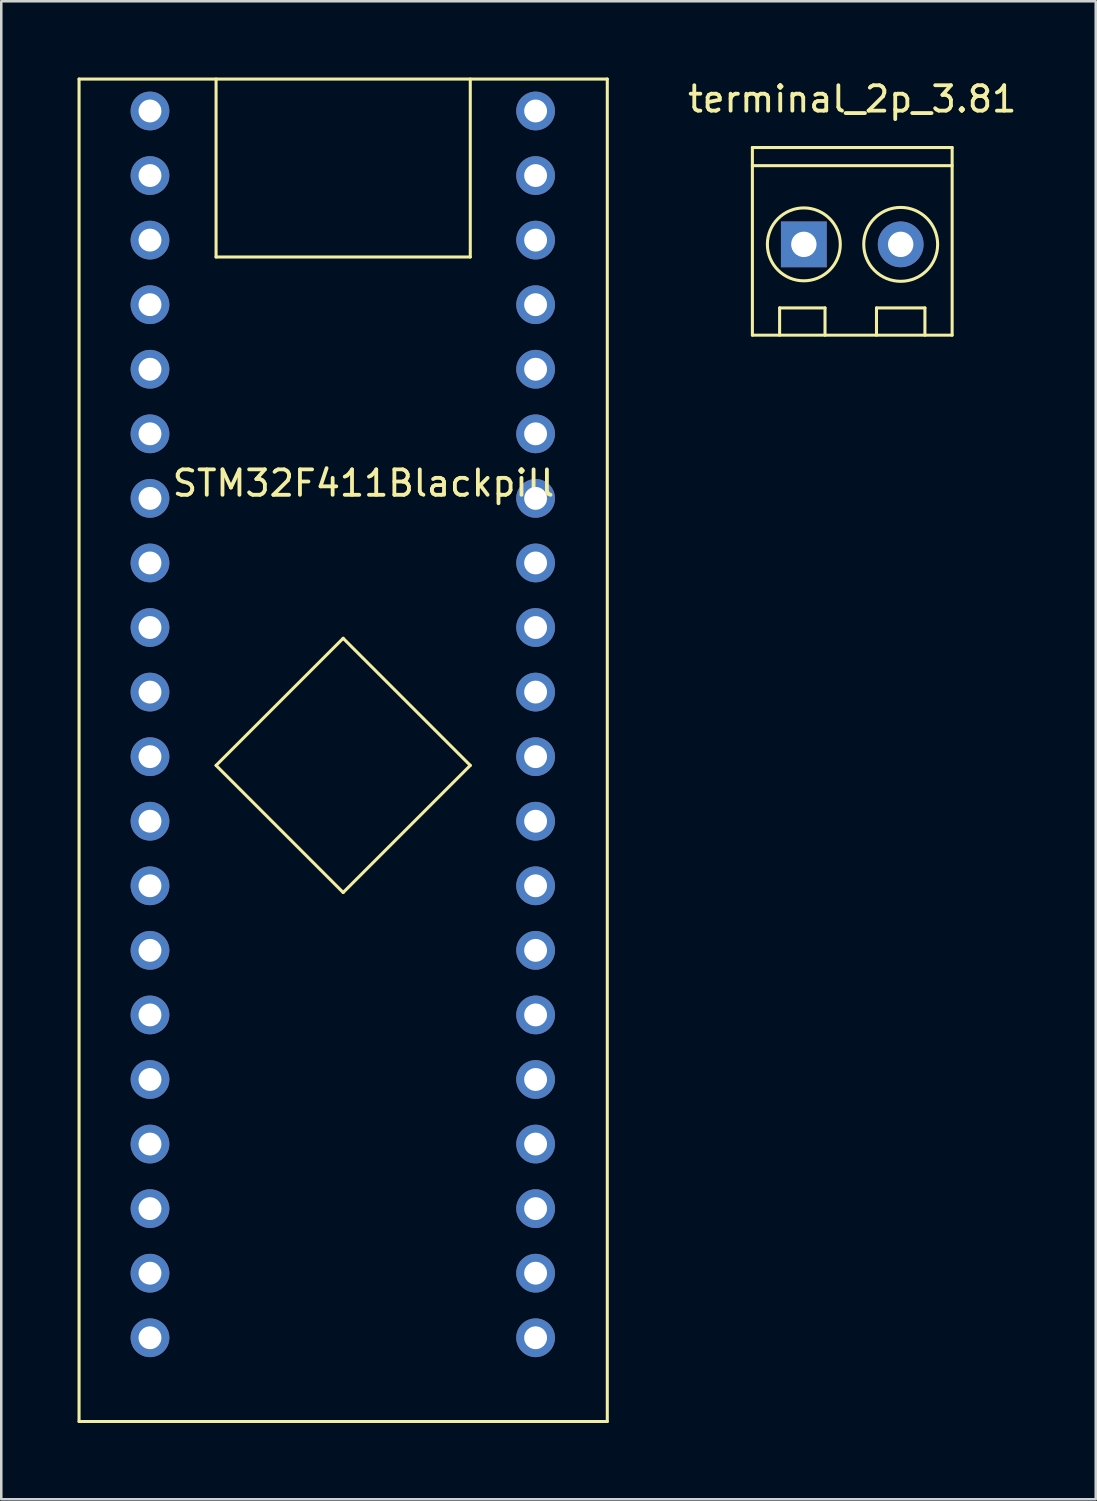
<source format=kicad_pcb>
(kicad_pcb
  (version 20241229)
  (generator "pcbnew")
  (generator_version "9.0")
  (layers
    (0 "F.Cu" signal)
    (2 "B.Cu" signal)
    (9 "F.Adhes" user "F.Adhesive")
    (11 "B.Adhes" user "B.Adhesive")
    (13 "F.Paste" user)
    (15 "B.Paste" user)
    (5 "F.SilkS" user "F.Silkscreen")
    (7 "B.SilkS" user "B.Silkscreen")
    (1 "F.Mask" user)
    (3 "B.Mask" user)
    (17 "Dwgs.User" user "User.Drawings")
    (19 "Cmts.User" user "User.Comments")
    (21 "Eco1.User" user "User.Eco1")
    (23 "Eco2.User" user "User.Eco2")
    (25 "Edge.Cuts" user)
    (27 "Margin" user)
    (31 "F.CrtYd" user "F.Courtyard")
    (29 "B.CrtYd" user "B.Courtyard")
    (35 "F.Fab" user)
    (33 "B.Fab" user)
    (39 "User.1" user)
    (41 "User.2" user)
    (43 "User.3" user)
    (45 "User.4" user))
  (footprint "STM32F411Blackpill"
    (layer "F.Cu")
    (at 10.75 26.46)
    (property "Reference" "STM32F411Blackpill" (at 0.5 -10.5 0) (layer "F.SilkS") (effects (font (size 1 1) (thickness 0.15))))
    (attr through_hole)
    (fp_line (start -10.69 -26.4) (end 10.09 -26.4) (stroke (width 0.12) (type solid)) (layer "F.SilkS"))
    (fp_line (start -10.69 26.41) (end -10.69 -26.4) (stroke (width 0.12) (type solid)) (layer "F.SilkS"))
    (fp_line (start -5.3 -26.4) (end -5.3 -19.4) (stroke (width 0.12) (type solid)) (layer "F.SilkS"))
    (fp_line (start -5.3 -19.4) (end 4.7 -19.4) (stroke (width 0.12) (type solid)) (layer "F.SilkS"))
    (fp_line (start -5.3 0.6) (end -0.3 5.6) (stroke (width 0.12) (type solid)) (layer "F.SilkS"))
    (fp_line (start -0.3 -4.4) (end -5.3 0.6) (stroke (width 0.12) (type solid)) (layer "F.SilkS"))
    (fp_line (start -0.3 5.6) (end 4.7 0.6) (stroke (width 0.12) (type solid)) (layer "F.SilkS"))
    (fp_line (start 4.7 -19.4) (end 4.7 -26.4) (stroke (width 0.12) (type solid)) (layer "F.SilkS"))
    (fp_line (start 4.7 0.6) (end -0.3 -4.4) (stroke (width 0.12) (type solid)) (layer "F.SilkS"))
    (fp_line (start 10.09 -26.4) (end 10.09 26.41) (stroke (width 0.12) (type solid)) (layer "F.SilkS"))
    (fp_line (start 10.09 26.41) (end -10.69 26.41) (stroke (width 0.12) (type solid)) (layer "F.SilkS"))
    (pad "1" thru_hole circle (at 7.27 -25.144) (size 1.524 1.524) (drill 0.9) (layers "*.Cu" "*.Mask"))
    (pad "2" thru_hole circle (at 7.27 -22.604) (size 1.524 1.524) (drill 0.9) (layers "*.Cu" "*.Mask"))
    (pad "3" thru_hole circle (at 7.27 -20.064) (size 1.524 1.524) (drill 0.9) (layers "*.Cu" "*.Mask"))
    (pad "4" thru_hole circle (at 7.27 -17.524) (size 1.524 1.524) (drill 0.9) (layers "*.Cu" "*.Mask"))
    (pad "5" thru_hole circle (at 7.27 -14.984) (size 1.524 1.524) (drill 0.9) (layers "*.Cu" "*.Mask"))
    (pad "6" thru_hole circle (at 7.27 -12.444) (size 1.524 1.524) (drill 0.9) (layers "*.Cu" "*.Mask"))
    (pad "7" thru_hole circle (at 7.27 -9.904) (size 1.524 1.524) (drill 0.9) (layers "*.Cu" "*.Mask"))
    (pad "8" thru_hole circle (at 7.27 -7.364) (size 1.524 1.524) (drill 0.9) (layers "*.Cu" "*.Mask"))
    (pad "9" thru_hole circle (at 7.27 -4.824) (size 1.524 1.524) (drill 0.9) (layers "*.Cu" "*.Mask"))
    (pad "10" thru_hole circle (at 7.27 -2.284) (size 1.524 1.524) (drill 0.9) (layers "*.Cu" "*.Mask"))
    (pad "11" thru_hole circle (at 7.27 0.256) (size 1.524 1.524) (drill 0.9) (layers "*.Cu" "*.Mask"))
    (pad "12" thru_hole circle (at 7.27 2.796) (size 1.524 1.524) (drill 0.9) (layers "*.Cu" "*.Mask"))
    (pad "13" thru_hole circle (at 7.27 5.336) (size 1.524 1.524) (drill 0.9) (layers "*.Cu" "*.Mask"))
    (pad "14" thru_hole circle (at 7.27 7.876) (size 1.524 1.524) (drill 0.9) (layers "*.Cu" "*.Mask"))
    (pad "15" thru_hole circle (at 7.27 10.416) (size 1.524 1.524) (drill 0.9) (layers "*.Cu" "*.Mask"))
    (pad "16" thru_hole circle (at 7.27 12.956) (size 1.524 1.524) (drill 0.9) (layers "*.Cu" "*.Mask"))
    (pad "17" thru_hole circle (at 7.27 15.496) (size 1.524 1.524) (drill 0.9) (layers "*.Cu" "*.Mask"))
    (pad "18" thru_hole circle (at 7.27 18.036) (size 1.524 1.524) (drill 0.9) (layers "*.Cu" "*.Mask"))
    (pad "19" thru_hole circle (at 7.27 20.576) (size 1.524 1.524) (drill 0.9) (layers "*.Cu" "*.Mask"))
    (pad "20" thru_hole circle (at 7.27 23.116) (size 1.524 1.524) (drill 0.9) (layers "*.Cu" "*.Mask"))
    (pad "21" thru_hole circle (at -7.9 -25.144) (size 1.524 1.524) (drill 0.9) (layers "*.Cu" "*.Mask"))
    (pad "22" thru_hole circle (at -7.9 -22.604) (size 1.524 1.524) (drill 0.9) (layers "*.Cu" "*.Mask"))
    (pad "23" thru_hole circle (at -7.9 -20.064) (size 1.524 1.524) (drill 0.9) (layers "*.Cu" "*.Mask"))
    (pad "24" thru_hole circle (at -7.9 -17.524) (size 1.524 1.524) (drill 0.9) (layers "*.Cu" "*.Mask"))
    (pad "25" thru_hole circle (at -7.9 -14.984) (size 1.524 1.524) (drill 0.9) (layers "*.Cu" "*.Mask"))
    (pad "26" thru_hole circle (at -7.9 -12.444) (size 1.524 1.524) (drill 0.9) (layers "*.Cu" "*.Mask"))
    (pad "27" thru_hole circle (at -7.9 -9.904) (size 1.524 1.524) (drill 0.9) (layers "*.Cu" "*.Mask"))
    (pad "28" thru_hole circle (at -7.9 -7.364) (size 1.524 1.524) (drill 0.9) (layers "*.Cu" "*.Mask"))
    (pad "29" thru_hole circle (at -7.9 -4.824) (size 1.524 1.524) (drill 0.9) (layers "*.Cu" "*.Mask"))
    (pad "30" thru_hole circle (at -7.9 -2.284) (size 1.524 1.524) (drill 0.9) (layers "*.Cu" "*.Mask"))
    (pad "31" thru_hole circle (at -7.9 0.256) (size 1.524 1.524) (drill 0.9) (layers "*.Cu" "*.Mask"))
    (pad "32" thru_hole circle (at -7.9 2.796) (size 1.524 1.524) (drill 0.9) (layers "*.Cu" "*.Mask"))
    (pad "33" thru_hole circle (at -7.9 5.336) (size 1.524 1.524) (drill 0.9) (layers "*.Cu" "*.Mask"))
    (pad "34" thru_hole circle (at -7.9 7.876) (size 1.524 1.524) (drill 0.9) (layers "*.Cu" "*.Mask"))
    (pad "35" thru_hole circle (at -7.9 10.416) (size 1.524 1.524) (drill 0.9) (layers "*.Cu" "*.Mask"))
    (pad "36" thru_hole circle (at -7.9 12.956) (size 1.524 1.524) (drill 0.9) (layers "*.Cu" "*.Mask"))
    (pad "37" thru_hole circle (at -7.9 15.496) (size 1.524 1.524) (drill 0.9) (layers "*.Cu" "*.Mask"))
    (pad "38" thru_hole circle (at -7.9 18.036) (size 1.524 1.524) (drill 0.9) (layers "*.Cu" "*.Mask"))
    (pad "39" thru_hole circle (at -7.9 20.576) (size 1.524 1.524) (drill 0.9) (layers "*.Cu" "*.Mask"))
    (pad "40" thru_hole circle (at -7.9 23.116) (size 1.524 1.524) (drill 0.9) (layers "*.Cu" "*.Mask")))
  (footprint "terminal_2p_3.81"
    (layer "F.Cu")
    (at 30.477 2.753)
    (property "Reference" "terminal_2p_3.81" (at 0 -1.905 0) (layer "F.SilkS") (effects (font (size 1 1) (thickness 0.15))))
    (attr through_hole)
    (fp_line (start -3.929 0) (end 3.929 0) (stroke (width 0.12) (type solid)) (layer "F.SilkS"))
    (fp_line (start -3.929 0.714) (end 3.929 0.714) (stroke (width 0.12) (type solid)) (layer "F.SilkS"))
    (fp_line (start -3.929 7.382) (end -3.929 0) (stroke (width 0.12) (type solid)) (layer "F.SilkS"))
    (fp_line (start -2.858 6.31) (end -1.072 6.31) (stroke (width 0.12) (type solid)) (layer "F.SilkS"))
    (fp_line (start -2.858 7.382) (end -2.858 6.31) (stroke (width 0.12) (type solid)) (layer "F.SilkS"))
    (fp_line (start -1.072 6.31) (end -1.072 7.382) (stroke (width 0.12) (type solid)) (layer "F.SilkS"))
    (fp_line (start 0.953 6.31) (end 2.858 6.31) (stroke (width 0.12) (type solid)) (layer "F.SilkS"))
    (fp_line (start 0.953 7.382) (end 0.953 6.31) (stroke (width 0.12) (type solid)) (layer "F.SilkS"))
    (fp_line (start 2.858 6.31) (end 2.858 7.382) (stroke (width 0.12) (type solid)) (layer "F.SilkS"))
    (fp_line (start 3.929 0) (end 3.929 7.382) (stroke (width 0.12) (type solid)) (layer "F.SilkS"))
    (fp_line (start 3.929 7.382) (end -3.929 7.382) (stroke (width 0.12) (type solid)) (layer "F.SilkS"))
    (fp_circle (center -1.905 3.81) (end -0.476 3.691) (stroke (width 0.12) (type solid)) (fill no) (layer "F.SilkS"))
    (fp_circle (center 1.905 3.81) (end 3.096 2.977) (stroke (width 0.12) (type solid)) (fill no) (layer "F.SilkS"))
    (pad "1" thru_hole rect (at -1.905 3.81) (size 1.8 1.8) (drill 1) (layers "*.Cu" "*.Mask"))
    (pad "2" thru_hole circle (at 1.905 3.81) (size 1.8 1.8) (drill 1) (layers "*.Cu" "*.Mask")))
  (gr_rect
    (start -3 -3)
    (end 40.055 55.93)
    (stroke (width 0.1) (type default))
    (fill no)
    (layer "Edge.Cuts")))
</source>
